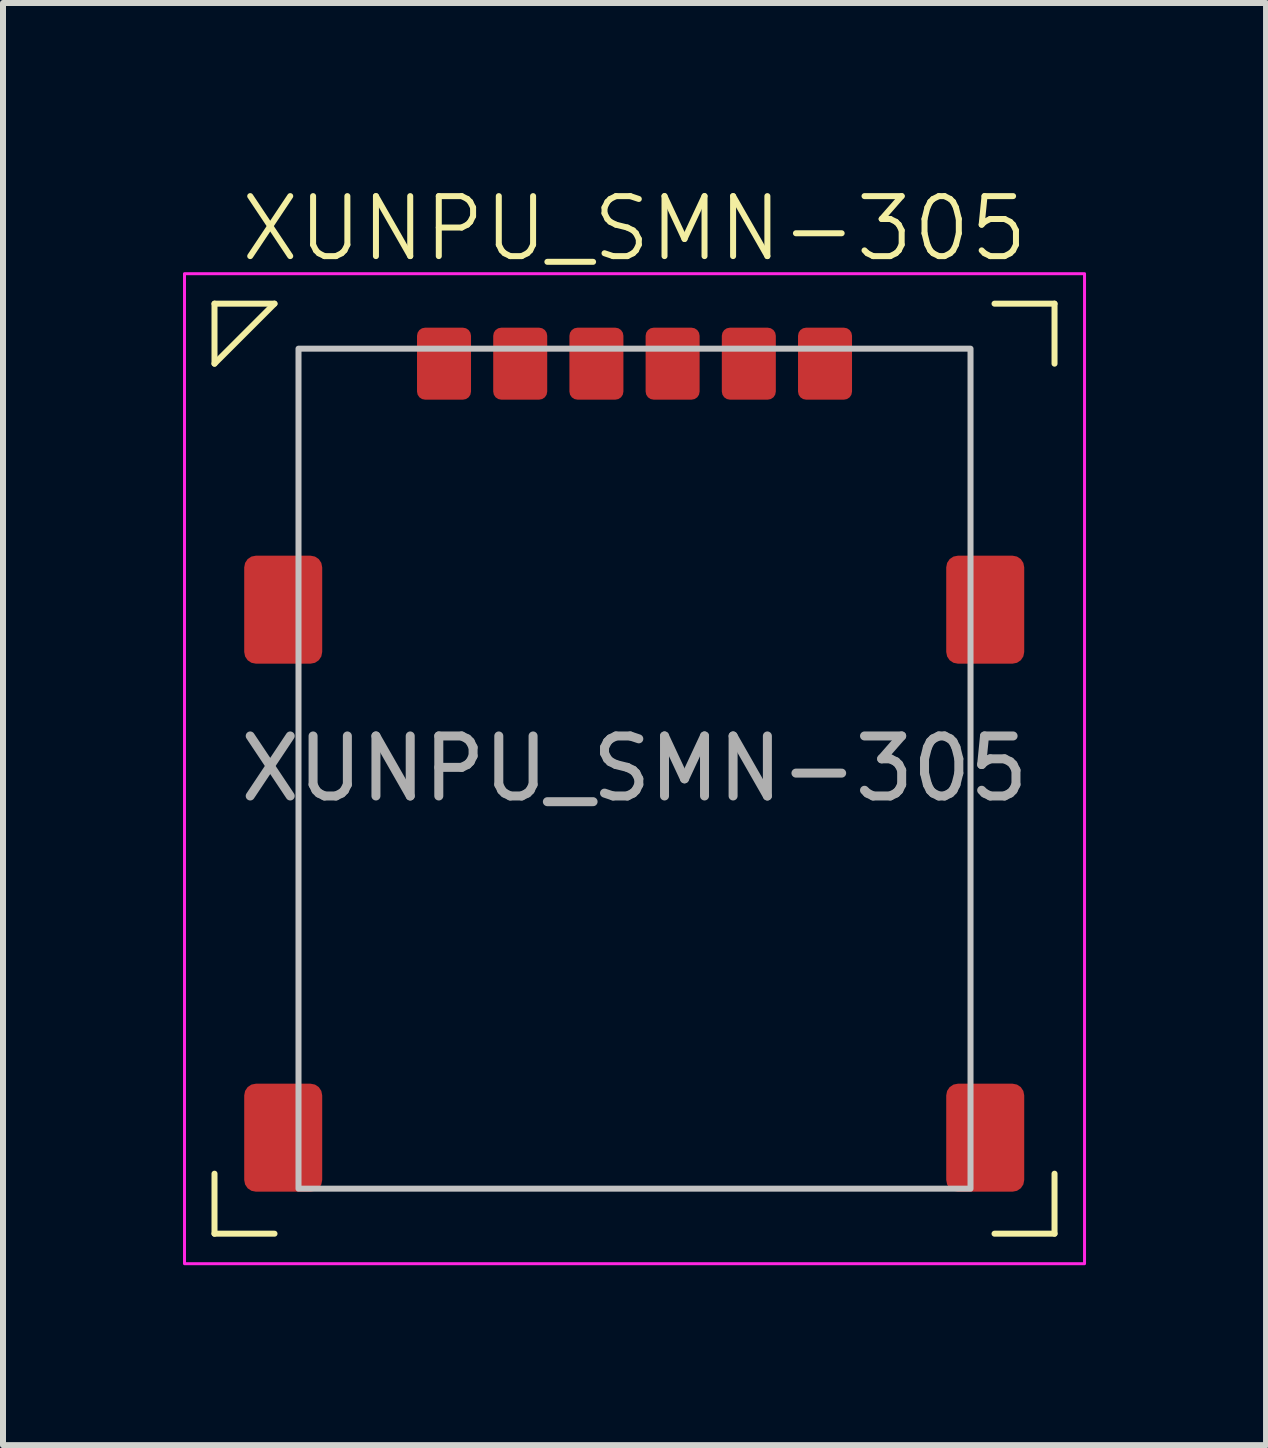
<source format=kicad_pcb>
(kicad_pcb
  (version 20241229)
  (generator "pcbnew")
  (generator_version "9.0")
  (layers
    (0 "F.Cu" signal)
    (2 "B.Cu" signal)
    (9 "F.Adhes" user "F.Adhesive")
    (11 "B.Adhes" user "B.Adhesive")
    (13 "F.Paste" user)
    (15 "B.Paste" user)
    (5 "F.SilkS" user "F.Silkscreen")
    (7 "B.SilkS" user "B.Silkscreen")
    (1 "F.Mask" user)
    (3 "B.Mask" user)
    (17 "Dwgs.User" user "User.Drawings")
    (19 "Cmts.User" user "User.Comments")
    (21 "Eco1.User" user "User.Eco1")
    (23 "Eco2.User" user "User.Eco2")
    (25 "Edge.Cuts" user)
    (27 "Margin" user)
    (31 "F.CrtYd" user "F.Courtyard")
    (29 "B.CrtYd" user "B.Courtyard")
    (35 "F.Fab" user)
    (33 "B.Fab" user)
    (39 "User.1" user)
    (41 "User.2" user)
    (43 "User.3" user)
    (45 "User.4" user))
  (footprint "XUNPU_SMN-305"
    (layer "F.Cu")
    (at 7.525 9.761)
    (property "Reference" "XUNPU_SMN-305" (at 0 -9 0) (unlocked yes) (layer "F.SilkS") (effects (font (size 1 1) (thickness 0.1))))
    (attr smd)
    (fp_line (start -7 -7.75) (end -7 -6.75) (stroke (width 0.1) (type default)) (layer "F.SilkS"))
    (fp_line (start -7 6.75) (end -7 7.75) (stroke (width 0.1) (type default)) (layer "F.SilkS"))
    (fp_line (start -7 7.75) (end -6 7.75) (stroke (width 0.1) (type default)) (layer "F.SilkS"))
    (fp_line (start -6 -7.75) (end -7 -7.75) (stroke (width 0.1) (type default)) (layer "F.SilkS"))
    (fp_line (start -6 -7.75) (end -7 -6.75) (stroke (width 0.1) (type default)) (layer "F.SilkS"))
    (fp_line (start 6 7.75) (end 7 7.75) (stroke (width 0.1) (type default)) (layer "F.SilkS"))
    (fp_line (start 7 -7.75) (end 6 -7.75) (stroke (width 0.1) (type default)) (layer "F.SilkS"))
    (fp_line (start 7 -6.75) (end 7 -7.75) (stroke (width 0.1) (type default)) (layer "F.SilkS"))
    (fp_line (start 7 7.75) (end 7 6.75) (stroke (width 0.1) (type default)) (layer "F.SilkS"))
    (fp_rect (start -5.6 -7) (end 5.6 7) (stroke (width 0.1) (type solid)) (fill no) (layer "Dwgs.User"))
    (fp_rect (start -7.5 -8.25) (end 7.5 8.25) (stroke (width 0.05) (type default)) (fill no) (layer "F.CrtYd"))
    (fp_text user "${REFERENCE}" (at 0 0 0) (unlocked yes) (layer "F.Fab") (effects (font (size 1 1) (thickness 0.15))))
    (pad "1" smd roundrect (at -3.175 -6.75) (size 0.9 1.2) (layers "F.Cu" "F.Mask" "F.Paste") (roundrect_rratio 0.15))
    (pad "2" smd roundrect (at -0.635 -6.75) (size 0.9 1.2) (layers "F.Cu" "F.Mask" "F.Paste") (roundrect_rratio 0.15))
    (pad "3" smd roundrect (at 1.905 -6.75) (size 0.9 1.2) (layers "F.Cu" "F.Mask" "F.Paste") (roundrect_rratio 0.15))
    (pad "5" smd roundrect (at -1.905 -6.75) (size 0.9 1.2) (layers "F.Cu" "F.Mask" "F.Paste") (roundrect_rratio 0.15))
    (pad "6" smd roundrect (at 0.635 -6.75) (size 0.9 1.2) (layers "F.Cu" "F.Mask" "F.Paste") (roundrect_rratio 0.15))
    (pad "7" smd roundrect (at 3.175 -6.75) (size 0.9 1.2) (layers "F.Cu" "F.Mask" "F.Paste") (roundrect_rratio 0.15))
    (pad "SH" smd roundrect (at -5.855 -2.65) (size 1.3 1.8) (layers "F.Cu" "F.Mask" "F.Paste") (roundrect_rratio 0.15))
    (pad "SH" smd roundrect (at -5.855 6.15) (size 1.3 1.8) (layers "F.Cu" "F.Mask" "F.Paste") (roundrect_rratio 0.15))
    (pad "SH" smd roundrect (at 5.845 -2.65) (size 1.3 1.8) (layers "F.Cu" "F.Mask" "F.Paste") (roundrect_rratio 0.15))
    (pad "SH" smd roundrect (at 5.845 6.15) (size 1.3 1.8) (layers "F.Cu" "F.Mask" "F.Paste") (roundrect_rratio 0.15)))
  (gr_rect
    (start -3 -3)
    (end 18.05 21.035)
    (stroke (width 0.1) (type default))
    (fill no)
    (layer "Edge.Cuts")))
</source>
